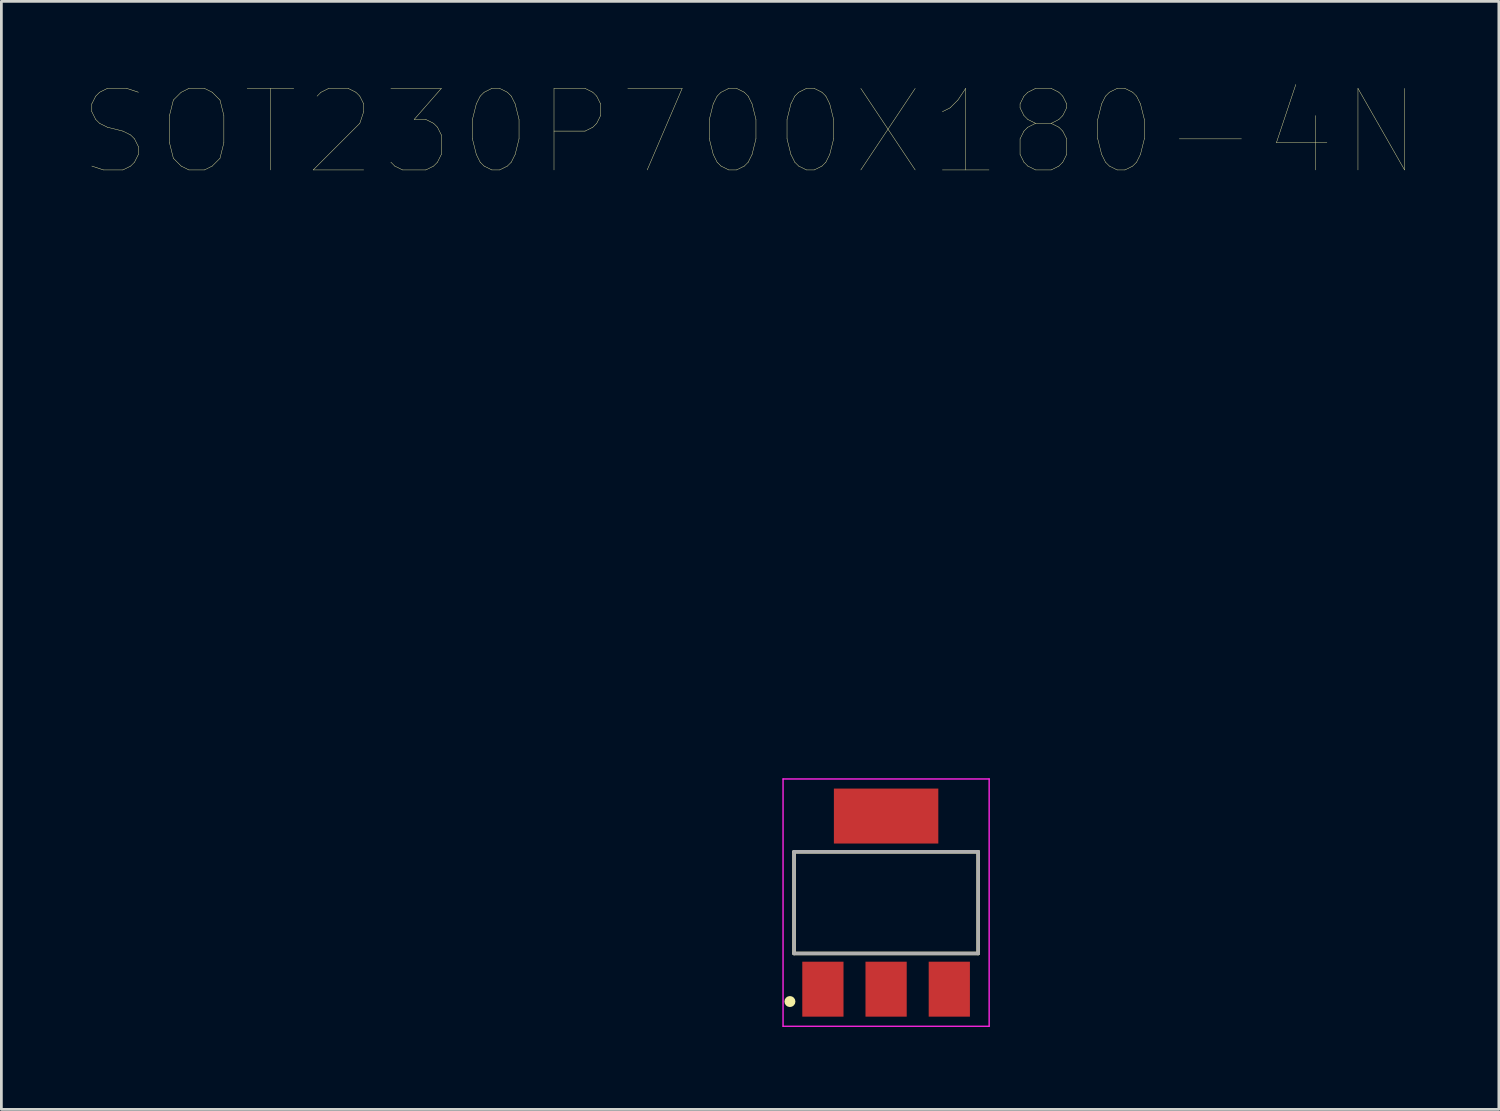
<source format=kicad_pcb>
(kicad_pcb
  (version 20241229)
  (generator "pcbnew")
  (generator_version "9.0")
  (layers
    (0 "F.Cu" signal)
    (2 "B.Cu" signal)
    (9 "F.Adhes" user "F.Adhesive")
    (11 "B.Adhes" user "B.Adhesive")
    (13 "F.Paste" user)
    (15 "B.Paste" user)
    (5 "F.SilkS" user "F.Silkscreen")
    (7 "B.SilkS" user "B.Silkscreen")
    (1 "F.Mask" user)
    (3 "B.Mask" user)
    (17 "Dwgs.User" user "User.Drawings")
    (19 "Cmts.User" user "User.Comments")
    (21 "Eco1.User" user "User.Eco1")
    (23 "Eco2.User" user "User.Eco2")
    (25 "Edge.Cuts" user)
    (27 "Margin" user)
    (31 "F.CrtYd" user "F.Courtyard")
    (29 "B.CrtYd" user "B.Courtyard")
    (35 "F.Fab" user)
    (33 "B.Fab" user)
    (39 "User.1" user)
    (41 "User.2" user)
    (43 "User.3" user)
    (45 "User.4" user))
  (footprint "SOT230P700X180-4N"
    (layer "F.Cu")
    (at 29.195 29.796)
    (property "Reference" "SOT230P700X180-4N" (at -4.948 -28.034 0) (layer "F.SilkS") (effects (font (size 2.968 2.968) (thickness 0.015))))
    (attr through_hole)
    (fp_line (start -3.35 -1.85) (end -3.35 1.85) (stroke (width 0.127) (type solid)) (layer "F.SilkS"))
    (fp_line (start -3.35 1.85) (end 3.35 1.85) (stroke (width 0.127) (type solid)) (layer "F.SilkS"))
    (fp_line (start 3.35 -1.85) (end -3.35 -1.85) (stroke (width 0.127) (type solid)) (layer "F.SilkS"))
    (fp_line (start 3.35 1.85) (end 3.35 -1.85) (stroke (width 0.127) (type solid)) (layer "F.SilkS"))
    (fp_circle (center -3.5 3.6) (end -3.4 3.6) (stroke (width 0.2) (type solid)) (fill no) (layer "F.SilkS"))
    (fp_line (start -3.75 -4.5) (end 3.75 -4.5) (stroke (width 0.05) (type solid)) (layer "F.CrtYd"))
    (fp_line (start -3.75 4.5) (end -3.75 -4.5) (stroke (width 0.05) (type solid)) (layer "F.CrtYd"))
    (fp_line (start 3.75 -4.5) (end 3.75 4.5) (stroke (width 0.05) (type solid)) (layer "F.CrtYd"))
    (fp_line (start 3.75 4.5) (end -3.75 4.5) (stroke (width 0.05) (type solid)) (layer "F.CrtYd"))
    (fp_line (start -3.35 -1.85) (end -3.35 1.85) (stroke (width 0.127) (type solid)) (layer "F.Fab"))
    (fp_line (start -3.35 1.85) (end 3.35 1.85) (stroke (width 0.127) (type solid)) (layer "F.Fab"))
    (fp_line (start 3.35 -1.85) (end -3.35 -1.85) (stroke (width 0.127) (type solid)) (layer "F.Fab"))
    (fp_line (start 3.35 1.85) (end 3.35 -1.85) (stroke (width 0.127) (type solid)) (layer "F.Fab"))
    (pad "1" smd rect (at -2.3 3.15) (size 1.5 2) (layers "F.Cu" "F.Mask" "F.Paste"))
    (pad "2" smd rect (at 0 3.15) (size 1.5 2) (layers "F.Cu" "F.Mask" "F.Paste"))
    (pad "3" smd rect (at 2.3 3.15) (size 1.5 2) (layers "F.Cu" "F.Mask" "F.Paste"))
    (pad "4" smd rect (at 0 -3.15) (size 3.8 2) (layers "F.Cu" "F.Mask" "F.Paste")))
  (gr_rect
    (start -3 -3)
    (end 51.493 37.321)
    (stroke (width 0.1) (type default))
    (fill no)
    (layer "Edge.Cuts")))
</source>
